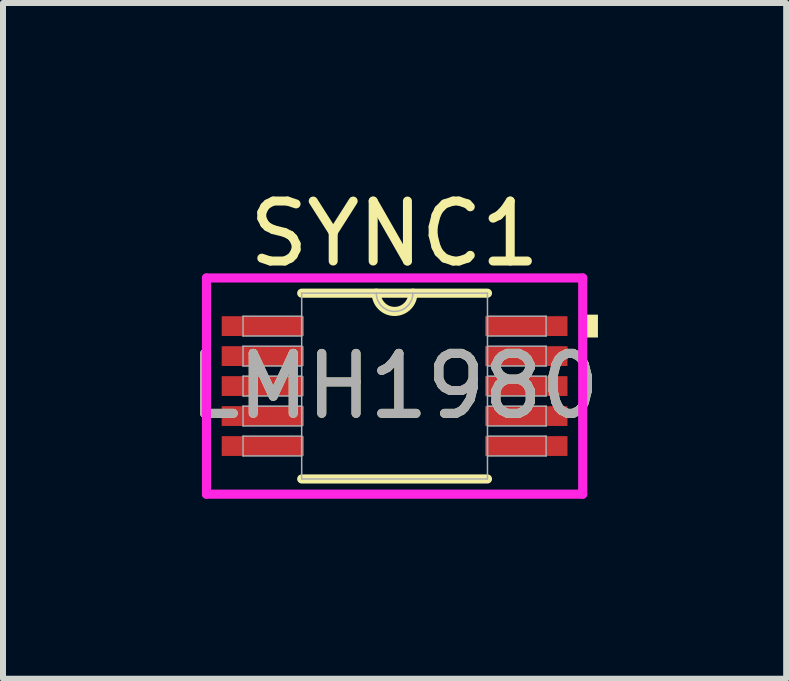
<source format=kicad_pcb>
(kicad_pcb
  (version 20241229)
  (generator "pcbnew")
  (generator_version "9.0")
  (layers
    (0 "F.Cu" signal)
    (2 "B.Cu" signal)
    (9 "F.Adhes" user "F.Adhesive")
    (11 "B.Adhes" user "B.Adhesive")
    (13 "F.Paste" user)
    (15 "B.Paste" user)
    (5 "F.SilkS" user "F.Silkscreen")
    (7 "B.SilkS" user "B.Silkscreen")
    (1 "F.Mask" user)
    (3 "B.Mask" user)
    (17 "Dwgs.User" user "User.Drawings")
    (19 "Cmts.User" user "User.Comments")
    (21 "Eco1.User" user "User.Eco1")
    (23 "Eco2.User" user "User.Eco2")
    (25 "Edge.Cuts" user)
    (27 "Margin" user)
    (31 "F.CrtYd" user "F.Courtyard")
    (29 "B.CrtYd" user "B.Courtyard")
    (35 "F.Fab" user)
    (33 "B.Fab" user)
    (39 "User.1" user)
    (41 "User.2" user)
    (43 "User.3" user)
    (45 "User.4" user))
  (footprint "LMH1980"
    (layer "F.Cu")
    (at 3.53 3.388)
    (property "Reference" "LMH1980" (at 0 0 0) (unlocked yes) (layer "F.SilkS") (effects (font (size 1 1) (thickness 0.15))))
    (attr smd)
    (fp_line (start -1.549 1.549) (end 1.549 1.549) (stroke (width 0.152) (type solid)) (layer "F.SilkS"))
    (fp_line (start 1.549 -1.549) (end -1.549 -1.549) (stroke (width 0.152) (type solid)) (layer "F.SilkS"))
    (fp_arc (start 0.3048 -1.5494) (mid 0 -1.2446) (end -0.3048 -1.5494) (stroke (width 0.1524) (type solid)) (layer "F.SilkS"))
    (fp_poly (pts (xy 3.391 -1.191) (xy 3.391 -0.81) (xy 3.137 -0.81) (xy 3.137 -1.191)) (stroke (width 0) (type solid)) (fill yes) (layer "F.SilkS"))
    (fp_line (start -3.137 -1.803) (end 3.137 -1.803) (stroke (width 0.152) (type solid)) (layer "F.CrtYd"))
    (fp_line (start -3.137 1.803) (end -3.137 -1.803) (stroke (width 0.152) (type solid)) (layer "F.CrtYd"))
    (fp_line (start 3.137 -1.803) (end 3.137 1.803) (stroke (width 0.152) (type solid)) (layer "F.CrtYd"))
    (fp_line (start 3.137 1.803) (end -3.137 1.803) (stroke (width 0.152) (type solid)) (layer "F.CrtYd"))
    (fp_line (start -2.527 -1.165) (end -2.527 -0.835) (stroke (width 0.025) (type solid)) (layer "F.Fab"))
    (fp_line (start -2.527 -0.835) (end -1.549 -0.835) (stroke (width 0.025) (type solid)) (layer "F.Fab"))
    (fp_line (start -2.527 -0.665) (end -2.527 -0.335) (stroke (width 0.025) (type solid)) (layer "F.Fab"))
    (fp_line (start -2.527 -0.335) (end -1.549 -0.335) (stroke (width 0.025) (type solid)) (layer "F.Fab"))
    (fp_line (start -2.527 -0.165) (end -2.527 0.165) (stroke (width 0.025) (type solid)) (layer "F.Fab"))
    (fp_line (start -2.527 0.165) (end -1.549 0.165) (stroke (width 0.025) (type solid)) (layer "F.Fab"))
    (fp_line (start -2.527 0.335) (end -2.527 0.665) (stroke (width 0.025) (type solid)) (layer "F.Fab"))
    (fp_line (start -2.527 0.665) (end -1.549 0.665) (stroke (width 0.025) (type solid)) (layer "F.Fab"))
    (fp_line (start -2.527 0.835) (end -2.527 1.165) (stroke (width 0.025) (type solid)) (layer "F.Fab"))
    (fp_line (start -2.527 1.165) (end -1.549 1.165) (stroke (width 0.025) (type solid)) (layer "F.Fab"))
    (fp_line (start -1.549 -1.549) (end -1.549 1.549) (stroke (width 0.025) (type solid)) (layer "F.Fab"))
    (fp_line (start -1.549 -1.165) (end -2.527 -1.165) (stroke (width 0.025) (type solid)) (layer "F.Fab"))
    (fp_line (start -1.549 -0.835) (end -1.549 -1.165) (stroke (width 0.025) (type solid)) (layer "F.Fab"))
    (fp_line (start -1.549 -0.665) (end -2.527 -0.665) (stroke (width 0.025) (type solid)) (layer "F.Fab"))
    (fp_line (start -1.549 -0.335) (end -1.549 -0.665) (stroke (width 0.025) (type solid)) (layer "F.Fab"))
    (fp_line (start -1.549 -0.165) (end -2.527 -0.165) (stroke (width 0.025) (type solid)) (layer "F.Fab"))
    (fp_line (start -1.549 0.165) (end -1.549 -0.165) (stroke (width 0.025) (type solid)) (layer "F.Fab"))
    (fp_line (start -1.549 0.335) (end -2.527 0.335) (stroke (width 0.025) (type solid)) (layer "F.Fab"))
    (fp_line (start -1.549 0.665) (end -1.549 0.335) (stroke (width 0.025) (type solid)) (layer "F.Fab"))
    (fp_line (start -1.549 0.835) (end -2.527 0.835) (stroke (width 0.025) (type solid)) (layer "F.Fab"))
    (fp_line (start -1.549 1.165) (end -1.549 0.835) (stroke (width 0.025) (type solid)) (layer "F.Fab"))
    (fp_line (start -1.549 1.549) (end 1.549 1.549) (stroke (width 0.025) (type solid)) (layer "F.Fab"))
    (fp_line (start 1.549 -1.549) (end -1.549 -1.549) (stroke (width 0.025) (type solid)) (layer "F.Fab"))
    (fp_line (start 1.549 -1.165) (end 1.549 -0.835) (stroke (width 0.025) (type solid)) (layer "F.Fab"))
    (fp_line (start 1.549 -0.835) (end 2.527 -0.835) (stroke (width 0.025) (type solid)) (layer "F.Fab"))
    (fp_line (start 1.549 -0.665) (end 1.549 -0.335) (stroke (width 0.025) (type solid)) (layer "F.Fab"))
    (fp_line (start 1.549 -0.335) (end 2.527 -0.335) (stroke (width 0.025) (type solid)) (layer "F.Fab"))
    (fp_line (start 1.549 -0.165) (end 1.549 0.165) (stroke (width 0.025) (type solid)) (layer "F.Fab"))
    (fp_line (start 1.549 0.165) (end 2.527 0.165) (stroke (width 0.025) (type solid)) (layer "F.Fab"))
    (fp_line (start 1.549 0.335) (end 1.549 0.665) (stroke (width 0.025) (type solid)) (layer "F.Fab"))
    (fp_line (start 1.549 0.665) (end 2.527 0.665) (stroke (width 0.025) (type solid)) (layer "F.Fab"))
    (fp_line (start 1.549 0.835) (end 1.549 1.165) (stroke (width 0.025) (type solid)) (layer "F.Fab"))
    (fp_line (start 1.549 1.165) (end 2.527 1.165) (stroke (width 0.025) (type solid)) (layer "F.Fab"))
    (fp_line (start 1.549 1.549) (end 1.549 -1.549) (stroke (width 0.025) (type solid)) (layer "F.Fab"))
    (fp_line (start 2.527 -1.165) (end 1.549 -1.165) (stroke (width 0.025) (type solid)) (layer "F.Fab"))
    (fp_line (start 2.527 -0.835) (end 2.527 -1.165) (stroke (width 0.025) (type solid)) (layer "F.Fab"))
    (fp_line (start 2.527 -0.665) (end 1.549 -0.665) (stroke (width 0.025) (type solid)) (layer "F.Fab"))
    (fp_line (start 2.527 -0.335) (end 2.527 -0.665) (stroke (width 0.025) (type solid)) (layer "F.Fab"))
    (fp_line (start 2.527 -0.165) (end 1.549 -0.165) (stroke (width 0.025) (type solid)) (layer "F.Fab"))
    (fp_line (start 2.527 0.165) (end 2.527 -0.165) (stroke (width 0.025) (type solid)) (layer "F.Fab"))
    (fp_line (start 2.527 0.335) (end 1.549 0.335) (stroke (width 0.025) (type solid)) (layer "F.Fab"))
    (fp_line (start 2.527 0.665) (end 2.527 0.335) (stroke (width 0.025) (type solid)) (layer "F.Fab"))
    (fp_line (start 2.527 0.835) (end 1.549 0.835) (stroke (width 0.025) (type solid)) (layer "F.Fab"))
    (fp_line (start 2.527 1.165) (end 2.527 0.835) (stroke (width 0.025) (type solid)) (layer "F.Fab"))
    (fp_arc (start 0.3048 -1.5494) (mid 0 -1.2446) (end -0.3048 -1.5494) (stroke (width 0.0254) (type solid)) (layer "F.Fab"))
    (fp_text user "SYNC1" (at 0 -2.54 0) (layer "F.SilkS") (effects (font (size 1 1) (thickness 0.15))))
    (fp_text user "${REFERENCE}" (at 0 0 0) (unlocked yes) (layer "F.Fab") (effects (font (size 1 1) (thickness 0.15))))
    (pad "1" smd rect (at -2.197 -1) (size 1.372 0.33) (layers "F.Cu" "F.Mask" "F.Paste"))
    (pad "2" smd rect (at -2.197 -0.5) (size 1.372 0.33) (layers "F.Cu" "F.Mask" "F.Paste"))
    (pad "3" smd rect (at -2.197 0) (size 1.372 0.33) (layers "F.Cu" "F.Mask" "F.Paste"))
    (pad "4" smd rect (at -2.197 0.5) (size 1.372 0.33) (layers "F.Cu" "F.Mask" "F.Paste"))
    (pad "5" smd rect (at -2.197 1) (size 1.372 0.33) (layers "F.Cu" "F.Mask" "F.Paste"))
    (pad "6" smd rect (at 2.197 1) (size 1.372 0.33) (layers "F.Cu" "F.Mask" "F.Paste"))
    (pad "7" smd rect (at 2.197 0.5) (size 1.372 0.33) (layers "F.Cu" "F.Mask" "F.Paste"))
    (pad "8" smd rect (at 2.197 0) (size 1.372 0.33) (layers "F.Cu" "F.Mask" "F.Paste"))
    (pad "9" smd rect (at 2.197 -0.5) (size 1.372 0.33) (layers "F.Cu" "F.Mask" "F.Paste"))
    (pad "10" smd rect (at 2.197 -1) (size 1.372 0.33) (layers "F.Cu" "F.Mask" "F.Paste")))
  (gr_rect
    (start -3 -3)
    (end 10.06 8.268)
    (stroke (width 0.1) (type default))
    (fill no)
    (layer "Edge.Cuts")))
</source>
